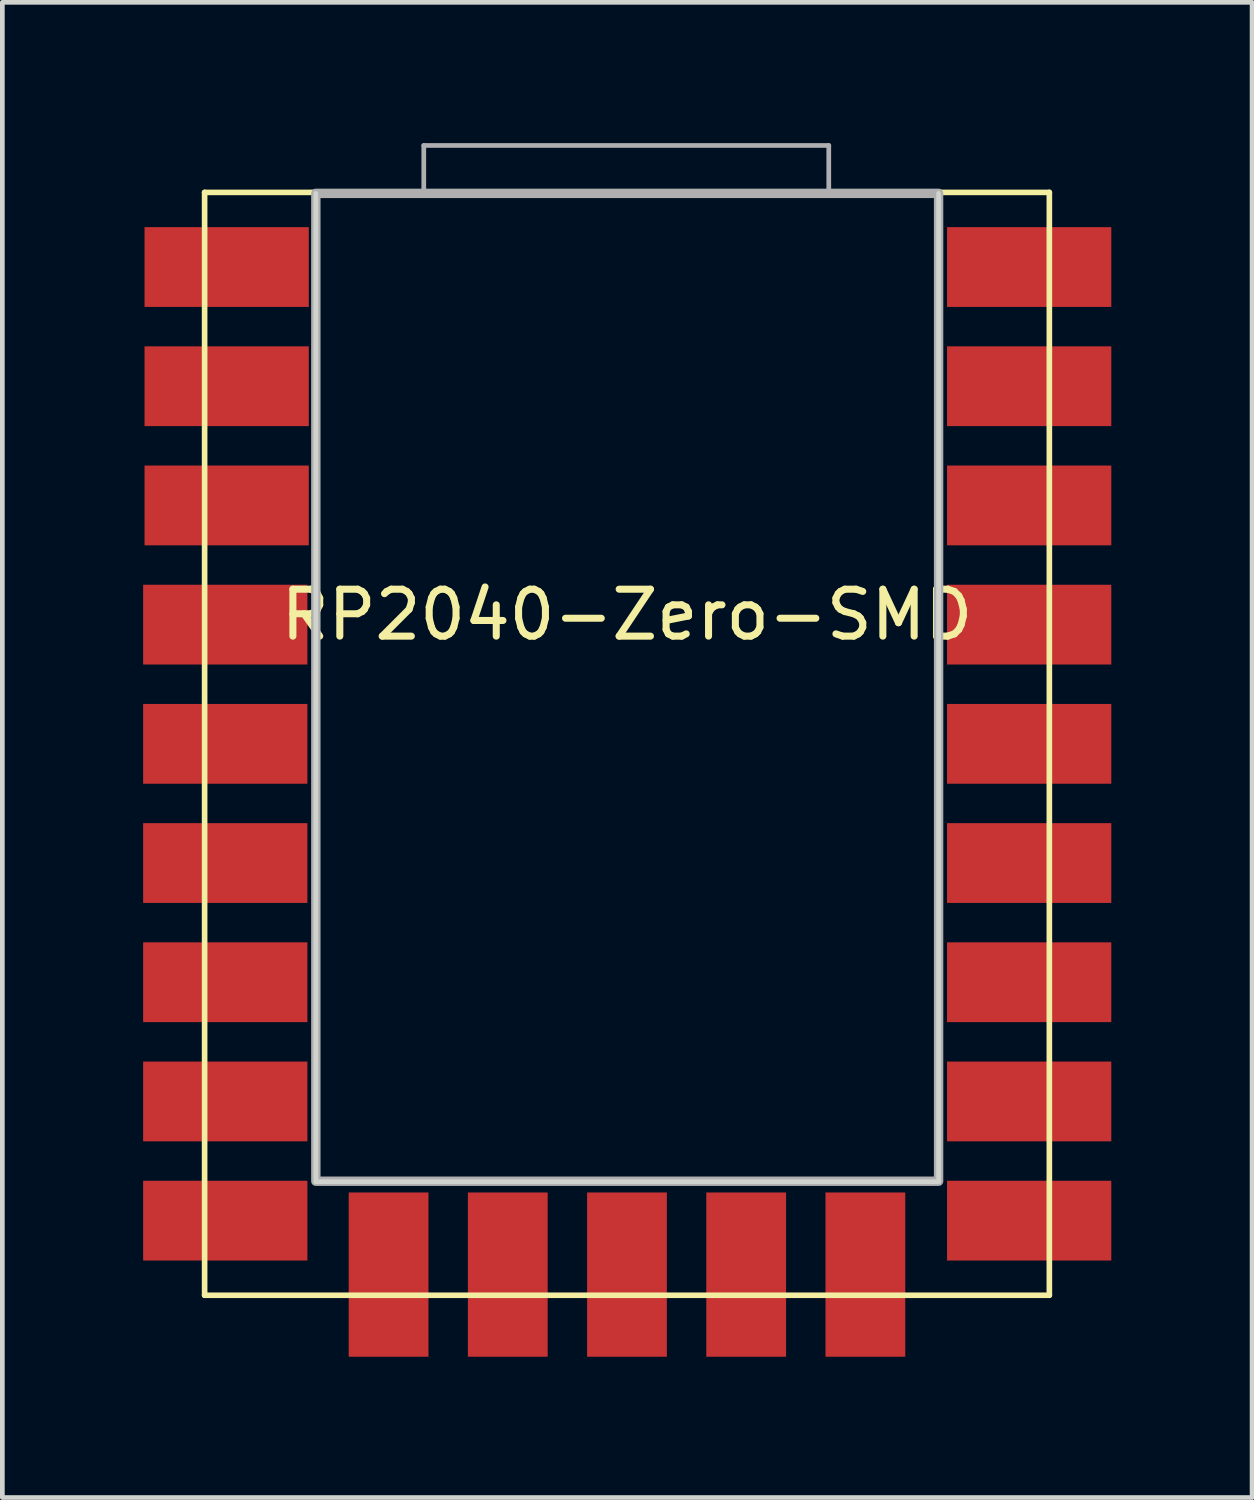
<source format=kicad_pcb>
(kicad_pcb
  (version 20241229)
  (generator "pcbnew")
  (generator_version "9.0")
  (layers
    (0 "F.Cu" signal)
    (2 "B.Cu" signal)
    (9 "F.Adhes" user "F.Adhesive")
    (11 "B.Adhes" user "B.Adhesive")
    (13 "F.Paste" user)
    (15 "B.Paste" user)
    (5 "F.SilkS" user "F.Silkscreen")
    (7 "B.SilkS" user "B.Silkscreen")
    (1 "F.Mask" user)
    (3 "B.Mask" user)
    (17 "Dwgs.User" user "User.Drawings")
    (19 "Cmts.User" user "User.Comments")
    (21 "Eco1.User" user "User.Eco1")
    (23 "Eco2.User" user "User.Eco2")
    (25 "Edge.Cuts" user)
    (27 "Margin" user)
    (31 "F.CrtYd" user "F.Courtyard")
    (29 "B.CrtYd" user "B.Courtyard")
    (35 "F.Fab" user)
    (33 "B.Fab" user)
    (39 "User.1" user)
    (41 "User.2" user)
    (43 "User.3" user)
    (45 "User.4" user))
  (footprint "RP2040-Zero-SMD"
    (layer "F.Cu")
    (at 10.31 12.05)
    (property "Reference" "RP2040-Zero-SMD" (at 0 -2 0) (unlocked yes) (layer "F.SilkS") (effects (font (size 1 1) (thickness 0.15))))
    (attr through_hole)
    (fp_line (start -9 -11) (end -9 12.5) (stroke (width 0.12) (type solid)) (layer "F.SilkS"))
    (fp_line (start -9 12.5) (end 9 12.5) (stroke (width 0.12) (type solid)) (layer "F.SilkS"))
    (fp_line (start 9 -11) (end -9 -11) (stroke (width 0.12) (type solid)) (layer "F.SilkS"))
    (fp_line (start 9 12.5) (end 9 -11) (stroke (width 0.12) (type solid)) (layer "F.SilkS"))
    (fp_line (start -6.63 -10.98) (end -6.63 10.08) (stroke (width 0.1) (type solid)) (layer "Edge.Cuts"))
    (fp_line (start -6.63 10.08) (end 6.64 10.08) (stroke (width 0.1) (type solid)) (layer "Edge.Cuts"))
    (fp_line (start 6.64 -10.98) (end 6.64 10.08) (stroke (width 0.1) (type solid)) (layer "Edge.Cuts"))
    (fp_line (start -4.33 -12) (end -4.33 -11) (stroke (width 0.1) (type solid)) (layer "F.Fab"))
    (fp_line (start -4.33 -12) (end 4.3 -12) (stroke (width 0.1) (type solid)) (layer "F.Fab"))
    (fp_line (start 4.3 -12) (end 4.3 -11) (stroke (width 0.1) (type solid)) (layer "F.Fab"))
    (fp_rect (start -6.63 -10.98) (end 6.64 10.07) (stroke (width 0.2) (type solid)) (fill no) (layer "F.Fab"))
    (pad "0" smd rect (at 9.47 -9.41) (size 3.5 1.7) (drill (offset -0.9 0)) (layers "F.Cu" "F.Mask" "F.Paste"))
    (pad "1" smd rect (at 9.47 -6.87) (size 3.5 1.7) (drill (offset -0.9 0)) (layers "F.Cu" "F.Mask" "F.Paste"))
    (pad "2" smd rect (at 9.47 -4.33) (size 3.5 1.7) (drill (offset -0.9 0)) (layers "F.Cu" "F.Mask" "F.Paste"))
    (pad "3" smd rect (at 9.47 -1.79) (size 3.5 1.7) (drill (offset -0.9 0)) (layers "F.Cu" "F.Mask" "F.Paste"))
    (pad "4" smd rect (at 9.47 0.75) (size 3.5 1.7) (drill (offset -0.9 0)) (layers "F.Cu" "F.Mask" "F.Paste"))
    (pad "5" smd rect (at 9.47 3.29) (size 3.5 1.7) (drill (offset -0.9 0)) (layers "F.Cu" "F.Mask" "F.Paste"))
    (pad "6" smd rect (at 9.47 5.83) (size 3.5 1.7) (drill (offset -0.9 0)) (layers "F.Cu" "F.Mask" "F.Paste"))
    (pad "7" smd rect (at 9.47 8.37) (size 3.5 1.7) (drill (offset -0.9 0)) (layers "F.Cu" "F.Mask" "F.Paste"))
    (pad "8" smd rect (at 9.47 10.91) (size 3.5 1.7) (drill (offset -0.9 0)) (layers "F.Cu" "F.Mask" "F.Paste"))
    (pad "9" smd rect (at 5.08 12.96 270) (size 3.5 1.7) (drill (offset -0.9 0)) (layers "F.Cu" "F.Mask" "F.Paste"))
    (pad "10" smd rect (at 2.54 12.96 270) (size 3.5 1.7) (drill (offset -0.9 0)) (layers "F.Cu" "F.Mask" "F.Paste"))
    (pad "11" smd rect (at 0 12.96 270) (size 3.5 1.7) (drill (offset -0.9 0)) (layers "F.Cu" "F.Mask" "F.Paste"))
    (pad "12" smd rect (at -2.54 12.96 270) (size 3.5 1.7) (drill (offset -0.9 0)) (layers "F.Cu" "F.Mask" "F.Paste"))
    (pad "13" smd rect (at -5.08 12.96 270) (size 3.5 1.7) (drill (offset -0.9 0)) (layers "F.Cu" "F.Mask" "F.Paste"))
    (pad "14" smd rect (at -9.46 10.91 180) (size 3.5 1.7) (drill (offset -0.9 0)) (layers "F.Cu" "F.Mask" "F.Paste"))
    (pad "15" smd rect (at -9.46 8.37 180) (size 3.5 1.7) (drill (offset -0.9 0)) (layers "F.Cu" "F.Mask" "F.Paste"))
    (pad "26" smd rect (at -9.46 5.83 180) (size 3.5 1.7) (drill (offset -0.9 0)) (layers "F.Cu" "F.Mask" "F.Paste"))
    (pad "27" smd rect (at -9.46 3.29 180) (size 3.5 1.7) (drill (offset -0.9 0)) (layers "F.Cu" "F.Mask" "F.Paste"))
    (pad "28" smd rect (at -9.46 0.75 180) (size 3.5 1.7) (drill (offset -0.9 0)) (layers "F.Cu" "F.Mask" "F.Paste"))
    (pad "29" smd rect (at -9.46 -1.79 180) (size 3.5 1.7) (drill (offset -0.9 0)) (layers "F.Cu" "F.Mask" "F.Paste"))
    (pad "30" smd rect (at -9.43 -4.33 180) (size 3.5 1.7) (drill (offset -0.9 0)) (layers "F.Cu" "F.Mask" "F.Paste"))
    (pad "31" smd rect (at -9.43 -6.87 180) (size 3.5 1.7) (drill (offset -0.9 0)) (layers "F.Cu" "F.Mask" "F.Paste"))
    (pad "32" smd rect (at -9.43 -9.41 180) (size 3.5 1.7) (drill (offset -0.9 0)) (layers "F.Cu" "F.Mask" "F.Paste")))
  (gr_rect
    (start -3 -3)
    (end 23.63 28.86)
    (stroke (width 0.1) (type default))
    (fill no)
    (layer "Edge.Cuts")))
</source>
